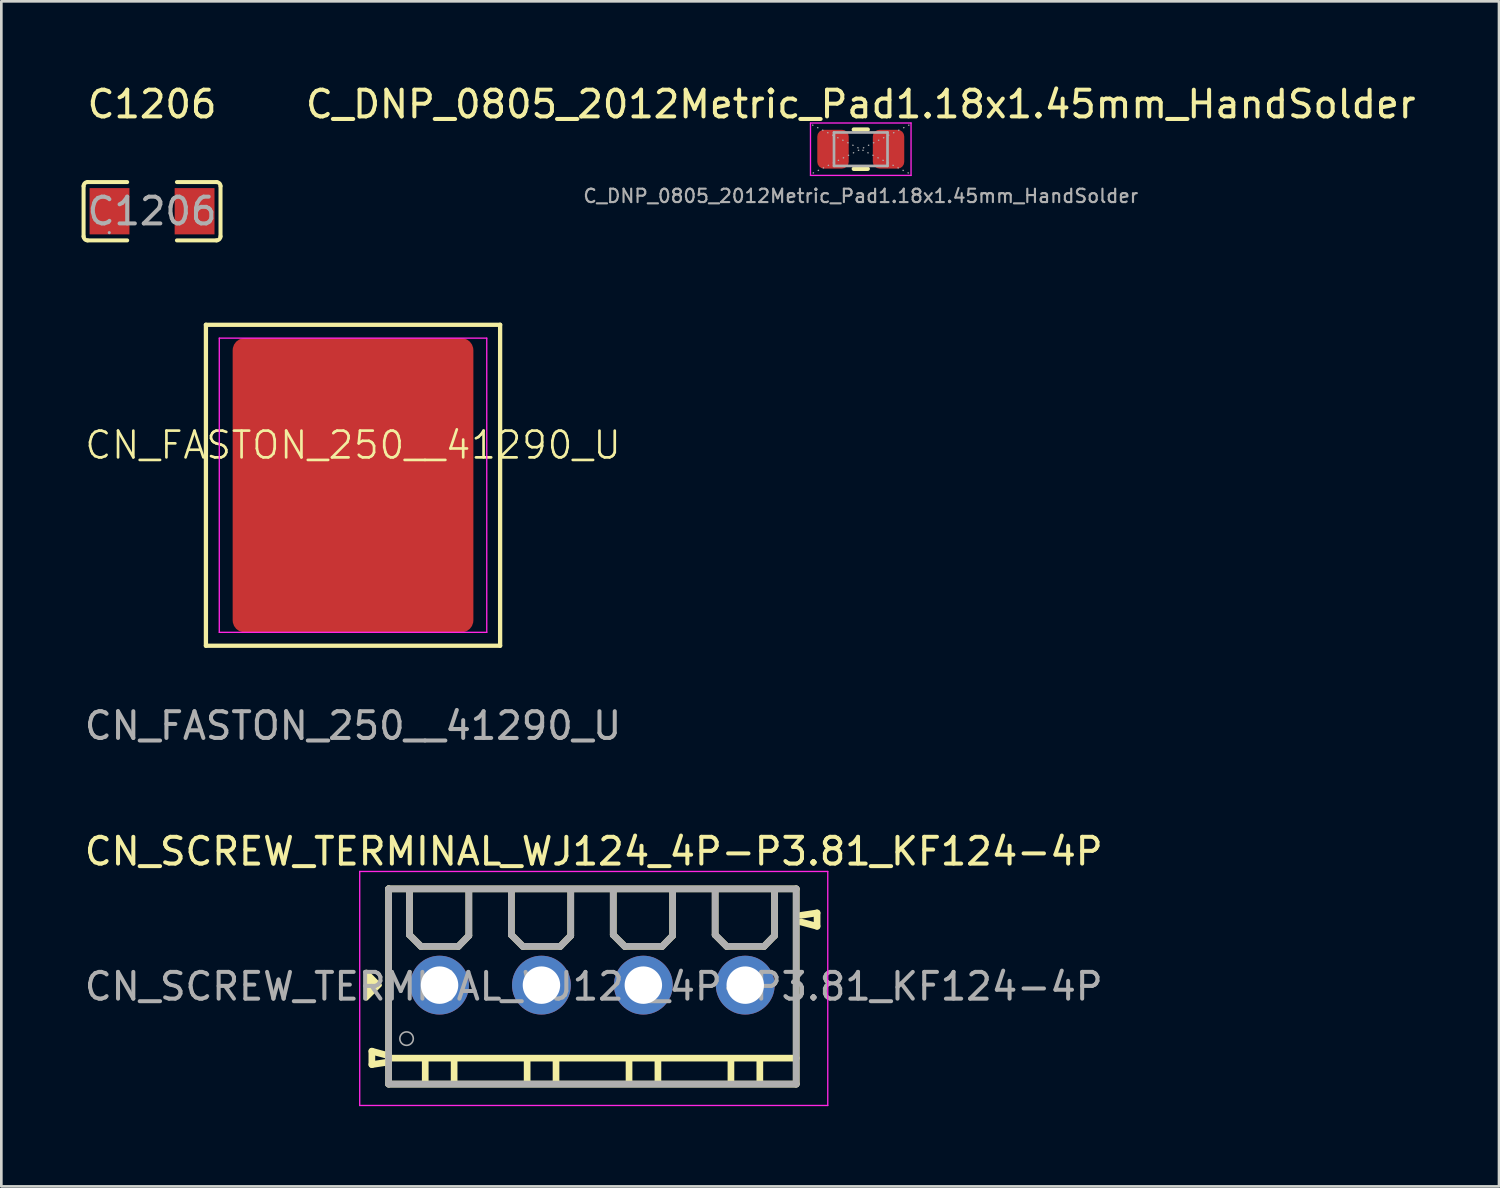
<source format=kicad_pcb>
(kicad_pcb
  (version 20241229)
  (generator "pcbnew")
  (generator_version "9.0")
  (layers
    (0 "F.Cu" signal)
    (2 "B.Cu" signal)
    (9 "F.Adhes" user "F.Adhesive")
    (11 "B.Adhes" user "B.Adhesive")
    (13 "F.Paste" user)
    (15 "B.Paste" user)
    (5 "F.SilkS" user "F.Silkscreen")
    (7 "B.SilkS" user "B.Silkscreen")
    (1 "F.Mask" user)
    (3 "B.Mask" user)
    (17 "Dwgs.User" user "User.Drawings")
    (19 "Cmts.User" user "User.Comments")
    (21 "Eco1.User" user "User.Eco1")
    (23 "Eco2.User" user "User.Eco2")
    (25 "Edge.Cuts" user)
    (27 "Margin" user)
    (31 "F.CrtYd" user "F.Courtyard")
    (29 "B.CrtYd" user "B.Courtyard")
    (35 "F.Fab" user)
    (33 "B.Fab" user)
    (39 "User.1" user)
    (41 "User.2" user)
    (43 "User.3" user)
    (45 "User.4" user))
  (footprint "C1206"
    (layer "F.Cu")
    (at 2.635 4.848)
    (property "Reference" "C1206" (at 0 -4 0) (layer "F.SilkS") (effects (font (size 1 1) (thickness 0.15))))
    (attr smd)
    (fp_line (start -2.56 0.94) (end -2.56 -0.94) (stroke (width 0.15) (type solid)) (layer "F.SilkS"))
    (fp_line (start -2.41 -1.09) (end -0.93 -1.09) (stroke (width 0.15) (type solid)) (layer "F.SilkS"))
    (fp_line (start -0.93 1.09) (end -2.41 1.09) (stroke (width 0.15) (type solid)) (layer "F.SilkS"))
    (fp_line (start 0.93 1.09) (end 2.41 1.09) (stroke (width 0.15) (type solid)) (layer "F.SilkS"))
    (fp_line (start 2.41 -1.09) (end 0.93 -1.09) (stroke (width 0.15) (type solid)) (layer "F.SilkS"))
    (fp_line (start 2.56 0.94) (end 2.56 -0.94) (stroke (width 0.15) (type solid)) (layer "F.SilkS"))
    (fp_arc (start -2.56 -0.94) (mid -2.516066 -1.046066) (end -2.41 -1.09) (stroke (width 0.15) (type solid)) (layer "F.SilkS"))
    (fp_arc (start -2.41 1.09) (mid -2.516066 1.046066) (end -2.56 0.94) (stroke (width 0.15) (type solid)) (layer "F.SilkS"))
    (fp_arc (start 2.41 -1.09) (mid 2.516066 -1.046066) (end 2.56 -0.94) (stroke (width 0.15) (type solid)) (layer "F.SilkS"))
    (fp_arc (start 2.56 0.94) (mid 2.516066 1.046066) (end 2.41 1.09) (stroke (width 0.15) (type solid)) (layer "F.SilkS"))
    (fp_circle (center -1.6 0.8) (end -1.57 0.8) (stroke (width 0.06) (type solid)) (fill no) (layer "F.Fab"))
    (fp_text user "${REFERENCE}" (at 0 0 0) (layer "F.Fab") (effects (font (size 1 1) (thickness 0.15))))
    (pad "1" smd rect (at -1.59 0) (size 1.49 1.73) (layers "F.Cu" "F.Mask" "F.Paste"))
    (pad "2" smd rect (at 1.59 0) (size 1.49 1.73) (layers "F.Cu" "F.Mask" "F.Paste")))
  (footprint "C_DNP_0805_2012Metric_Pad1.18x1.45mm_HandSolder"
    (layer "F.Cu")
    (at 29.133 2.528)
    (property "Reference" "C_DNP_0805_2012Metric_Pad1.18x1.45mm_HandSolder" (at 0 -1.68 0) (layer "F.SilkS") (effects (font (size 1 1) (thickness 0.15))))
    (attr smd)
    (fp_line (start -0.261 -0.735) (end 0.261 -0.735) (stroke (width 0.16) (type solid)) (layer "F.SilkS"))
    (fp_line (start -0.261 0.735) (end 0.261 0.735) (stroke (width 0.16) (type solid)) (layer "F.SilkS"))
    (fp_line (start -1.88 -0.98) (end 1.88 -0.98) (stroke (width 0.05) (type solid)) (layer "F.CrtYd"))
    (fp_line (start -1.88 0.98) (end -1.88 -0.98) (stroke (width 0.05) (type solid)) (layer "F.CrtYd"))
    (fp_line (start 1.88 -0.98) (end 1.88 0.98) (stroke (width 0.05) (type solid)) (layer "F.CrtYd"))
    (fp_line (start 1.88 0.98) (end -1.88 0.98) (stroke (width 0.05) (type solid)) (layer "F.CrtYd"))
    (fp_line (start -1.8 -0.9) (end 1.8 0.9) (stroke (width 0.05) (type dot)) (layer "F.Fab"))
    (fp_line (start -1 -0.625) (end 1 -0.625) (stroke (width 0.1) (type solid)) (layer "F.Fab"))
    (fp_line (start -1 0.625) (end -1 -0.625) (stroke (width 0.1) (type solid)) (layer "F.Fab"))
    (fp_line (start 1 -0.625) (end 1 0.625) (stroke (width 0.1) (type solid)) (layer "F.Fab"))
    (fp_line (start 1 0.625) (end -1 0.625) (stroke (width 0.1) (type solid)) (layer "F.Fab"))
    (fp_line (start 1.8 -0.9) (end -1.8 0.9) (stroke (width 0.05) (type dot)) (layer "F.Fab"))
    (fp_text user "${REFERENCE}" (at 0 1.75 0) (layer "F.Fab") (effects (font (size 0.5 0.5) (thickness 0.08))))
    (pad "1" smd roundrect (at -1.038 0) (size 1.175 1.45) (layers "F.Cu" "F.Mask" "F.Paste") (roundrect_rratio 0.213))
    (pad "2" smd roundrect (at 1.038 0) (size 1.175 1.45) (layers "F.Cu" "F.Mask" "F.Paste") (roundrect_rratio 0.213)))
  (footprint "CN_SCREW_TERMINAL_WJ124_4P-P3.81_KF124-4P"
    (layer "F.Cu")
    (at 19.099 33.783)
    (property "Reference" "CN_SCREW_TERMINAL_WJ124_4P-P3.81_KF124-4P" (at 0.05 -5 0) (layer "F.SilkS") (effects (font (size 1 1) (thickness 0.15))))
    (attr through_hole)
    (fp_line (start -8.245 2.47) (end -8.245 2.97) (stroke (width 0.25) (type solid)) (layer "F.SilkS"))
    (fp_line (start -8.245 2.97) (end -7.655 2.88) (stroke (width 0.25) (type solid)) (layer "F.SilkS"))
    (fp_line (start -7.655 2.63) (end -8.245 2.47) (stroke (width 0.25) (type solid)) (layer "F.SilkS"))
    (fp_line (start -7.62 -3.6) (end -7.62 -3.59) (stroke (width 0.25) (type solid)) (layer "F.SilkS"))
    (fp_line (start -7.62 -3.6) (end -7.62 3.7) (stroke (width 0.25) (type solid)) (layer "F.SilkS"))
    (fp_line (start -7.62 2.73) (end 7.62 2.73) (stroke (width 0.25) (type solid)) (layer "F.SilkS"))
    (fp_line (start -7.62 3.7) (end 7.62 3.7) (stroke (width 0.25) (type solid)) (layer "F.SilkS"))
    (fp_line (start -6.84 -3.51) (end -6.84 -1.88) (stroke (width 0.25) (type solid)) (layer "F.SilkS"))
    (fp_line (start -6.84 -1.88) (end -6.41 -1.45) (stroke (width 0.25) (type solid)) (layer "F.SilkS"))
    (fp_line (start -6.41 -1.45) (end -5.01 -1.45) (stroke (width 0.25) (type solid)) (layer "F.SilkS"))
    (fp_line (start -6.25 2.8) (end -6.25 3.66) (stroke (width 0.25) (type solid)) (layer "F.SilkS"))
    (fp_line (start -5.17 2.8) (end -5.17 3.65) (stroke (width 0.25) (type solid)) (layer "F.SilkS"))
    (fp_line (start -5.01 -1.45) (end -4.62 -1.85) (stroke (width 0.25) (type solid)) (layer "F.SilkS"))
    (fp_line (start -4.62 -1.85) (end -4.62 -3.51) (stroke (width 0.25) (type solid)) (layer "F.SilkS"))
    (fp_line (start -3.03 -3.51) (end -3.03 -1.88) (stroke (width 0.25) (type solid)) (layer "F.SilkS"))
    (fp_line (start -3.03 -1.88) (end -2.6 -1.45) (stroke (width 0.25) (type solid)) (layer "F.SilkS"))
    (fp_line (start -2.6 -1.45) (end -1.2 -1.45) (stroke (width 0.25) (type solid)) (layer "F.SilkS"))
    (fp_line (start -2.44 2.8) (end -2.44 3.66) (stroke (width 0.25) (type solid)) (layer "F.SilkS"))
    (fp_line (start -1.36 2.8) (end -1.36 3.65) (stroke (width 0.25) (type solid)) (layer "F.SilkS"))
    (fp_line (start -1.2 -1.45) (end -0.81 -1.85) (stroke (width 0.25) (type solid)) (layer "F.SilkS"))
    (fp_line (start -0.81 -1.85) (end -0.81 -3.51) (stroke (width 0.25) (type solid)) (layer "F.SilkS"))
    (fp_line (start 0.78 -3.51) (end 0.78 -1.88) (stroke (width 0.25) (type solid)) (layer "F.SilkS"))
    (fp_line (start 0.78 -1.88) (end 1.21 -1.45) (stroke (width 0.25) (type solid)) (layer "F.SilkS"))
    (fp_line (start 1.21 -1.45) (end 2.61 -1.45) (stroke (width 0.25) (type solid)) (layer "F.SilkS"))
    (fp_line (start 1.37 2.8) (end 1.37 3.66) (stroke (width 0.25) (type solid)) (layer "F.SilkS"))
    (fp_line (start 2.45 2.8) (end 2.45 3.65) (stroke (width 0.25) (type solid)) (layer "F.SilkS"))
    (fp_line (start 2.61 -1.45) (end 3 -1.85) (stroke (width 0.25) (type solid)) (layer "F.SilkS"))
    (fp_line (start 3 -1.85) (end 3 -3.51) (stroke (width 0.25) (type solid)) (layer "F.SilkS"))
    (fp_line (start 4.59 -3.51) (end 4.59 -1.88) (stroke (width 0.25) (type solid)) (layer "F.SilkS"))
    (fp_line (start 4.59 -1.88) (end 5.02 -1.45) (stroke (width 0.25) (type solid)) (layer "F.SilkS"))
    (fp_line (start 5.02 -1.45) (end 6.42 -1.45) (stroke (width 0.25) (type solid)) (layer "F.SilkS"))
    (fp_line (start 5.18 2.8) (end 5.18 3.66) (stroke (width 0.25) (type solid)) (layer "F.SilkS"))
    (fp_line (start 6.26 2.8) (end 6.26 3.65) (stroke (width 0.25) (type solid)) (layer "F.SilkS"))
    (fp_line (start 6.42 -1.45) (end 6.81 -1.85) (stroke (width 0.25) (type solid)) (layer "F.SilkS"))
    (fp_line (start 6.81 -1.85) (end 6.81 -3.51) (stroke (width 0.25) (type solid)) (layer "F.SilkS"))
    (fp_line (start 7.62 -3.6) (end -7.62 -3.6) (stroke (width 0.25) (type solid)) (layer "F.SilkS"))
    (fp_line (start 7.62 3.7) (end 7.62 -3.6) (stroke (width 0.25) (type solid)) (layer "F.SilkS"))
    (fp_line (start 7.8 -2.36) (end 8.4 -2.2) (stroke (width 0.25) (type solid)) (layer "F.SilkS"))
    (fp_line (start 8.4 -2.7) (end 7.8 -2.61) (stroke (width 0.25) (type solid)) (layer "F.SilkS"))
    (fp_line (start 8.4 -2.2) (end 8.4 -2.7) (stroke (width 0.25) (type solid)) (layer "F.SilkS"))
    (fp_poly (pts (xy -8.45 -0.5) (xy -7.95 0) (xy -8.45 0.5)) (stroke (width 0.16) (type solid)) (fill yes) (layer "F.SilkS"))
    (fp_line (start -8.7 -4.25) (end 8.8 -4.25) (stroke (width 0.05) (type default)) (layer "F.CrtYd"))
    (fp_line (start -8.7 4.5) (end -8.7 -4.25) (stroke (width 0.05) (type default)) (layer "F.CrtYd"))
    (fp_line (start 8.8 -4.25) (end 8.8 4.5) (stroke (width 0.05) (type default)) (layer "F.CrtYd"))
    (fp_line (start 8.8 4.5) (end -8.7 4.5) (stroke (width 0.05) (type default)) (layer "F.CrtYd"))
    (fp_line (start -7.62 -3.6) (end -7.62 3.7) (stroke (width 0.25) (type solid)) (layer "F.Fab"))
    (fp_line (start -7.62 3.7) (end 7.62 3.7) (stroke (width 0.25) (type solid)) (layer "F.Fab"))
    (fp_line (start -6.84 -3.51) (end -6.84 -1.88) (stroke (width 0.25) (type solid)) (layer "F.Fab"))
    (fp_line (start -6.84 -1.88) (end -6.41 -1.45) (stroke (width 0.25) (type solid)) (layer "F.Fab"))
    (fp_line (start -6.41 -1.45) (end -5.01 -1.45) (stroke (width 0.25) (type solid)) (layer "F.Fab"))
    (fp_line (start -5.01 -1.45) (end -4.62 -1.85) (stroke (width 0.25) (type solid)) (layer "F.Fab"))
    (fp_line (start -4.62 -1.85) (end -4.62 -3.51) (stroke (width 0.25) (type solid)) (layer "F.Fab"))
    (fp_line (start -3.03 -3.51) (end -3.03 -1.88) (stroke (width 0.25) (type solid)) (layer "F.Fab"))
    (fp_line (start -3.03 -1.88) (end -2.6 -1.45) (stroke (width 0.25) (type solid)) (layer "F.Fab"))
    (fp_line (start -2.6 -1.45) (end -1.2 -1.45) (stroke (width 0.25) (type solid)) (layer "F.Fab"))
    (fp_line (start -1.2 -1.45) (end -0.81 -1.85) (stroke (width 0.25) (type solid)) (layer "F.Fab"))
    (fp_line (start -0.81 -1.85) (end -0.81 -3.51) (stroke (width 0.25) (type solid)) (layer "F.Fab"))
    (fp_line (start 0.78 -3.51) (end 0.78 -1.88) (stroke (width 0.25) (type solid)) (layer "F.Fab"))
    (fp_line (start 0.78 -1.88) (end 1.21 -1.45) (stroke (width 0.25) (type solid)) (layer "F.Fab"))
    (fp_line (start 1.21 -1.45) (end 2.61 -1.45) (stroke (width 0.25) (type solid)) (layer "F.Fab"))
    (fp_line (start 2.61 -1.45) (end 3 -1.85) (stroke (width 0.25) (type solid)) (layer "F.Fab"))
    (fp_line (start 3 -1.85) (end 3 -3.51) (stroke (width 0.25) (type solid)) (layer "F.Fab"))
    (fp_line (start 4.59 -3.51) (end 4.59 -1.88) (stroke (width 0.25) (type solid)) (layer "F.Fab"))
    (fp_line (start 4.59 -1.88) (end 5.02 -1.45) (stroke (width 0.25) (type solid)) (layer "F.Fab"))
    (fp_line (start 5.02 -1.45) (end 6.42 -1.45) (stroke (width 0.25) (type solid)) (layer "F.Fab"))
    (fp_line (start 6.42 -1.45) (end 6.81 -1.85) (stroke (width 0.25) (type solid)) (layer "F.Fab"))
    (fp_line (start 6.81 -1.85) (end 6.81 -3.51) (stroke (width 0.25) (type solid)) (layer "F.Fab"))
    (fp_line (start 7.62 -3.6) (end -7.62 -3.6) (stroke (width 0.25) (type solid)) (layer "F.Fab"))
    (fp_line (start 7.62 3.7) (end 7.62 -3.6) (stroke (width 0.25) (type solid)) (layer "F.Fab"))
    (fp_circle (center -7.62 3.7) (end -7.62 3.67) (stroke (width 0.06) (type solid)) (fill no) (layer "F.Fab"))
    (fp_circle (center -6.948 2) (end -6.918 2.25) (stroke (width 0.06) (type solid)) (fill no) (layer "F.Fab"))
    (fp_text user "${REFERENCE}" (at 0.05 0.05 0) (layer "F.Fab") (effects (font (size 1 1) (thickness 0.15))))
    (dimension (type aligned) (layer "User.1") (pts (xy 13.384 33.783) (xy 24.814 33.783)) (height -1.25) (format (prefix "") (suffix "") (units 3) (units_format 1) (precision 3) (suppress_zeroes yes)) (style (thickness 0.01) (arrow_length 0.01) (text_position_mode 2) (arrow_direction outward) (extension_height 0) (extension_offset 0) (keep_text_aligned yes)) (gr_text "11.43 mm" (at 19.099 32.533 0) (layer "User.1") (effects (font (size 0.1 0.1) (thickness 0.15)))))
    (dimension (type aligned) (layer "User.1") (pts (xy 13.289 34.033) (xy 17.099 34.033)) (height -1.25) (format (prefix "") (suffix "") (units 3) (units_format 1) (precision 3) (suppress_zeroes yes)) (style (thickness 0.01) (arrow_length 0.01) (text_position_mode 2) (arrow_direction outward) (extension_height 0) (extension_offset 0) (keep_text_aligned yes)) (gr_text "3.81 mm" (at 15.254 32.783 0) (layer "User.1") (effects (font (size 0.1 0.1) (thickness 0.15)))))
    (dimension (type aligned) (layer "User.1") (pts (xy 14.079 33.783) (xy 12.679 33.783)) (height -1.25) (format (prefix "") (suffix "") (units 3) (units_format 1) (precision 3) (suppress_zeroes yes)) (style (thickness 0.01) (arrow_length 0.01) (text_position_mode 2) (arrow_direction outward) (extension_height 0) (extension_offset 0) (keep_text_aligned yes)) (gr_text "1.4 mm" (at 13.349 35.033 0) (layer "User.1") (effects (font (size 0.1 0.1) (thickness 0.15)))))
    (pad "1" thru_hole circle (at -5.715 0) (size 2.2 2.2) (drill 1.4) (layers "*.Cu" "*.Mask"))
    (pad "2" thru_hole circle (at -1.905 0) (size 2.2 2.2) (drill 1.4) (layers "*.Cu" "*.Mask"))
    (pad "3" thru_hole circle (at 1.905 0) (size 2.2 2.2) (drill 1.4) (layers "*.Cu" "*.Mask"))
    (pad "4" thru_hole circle (at 5.715 0) (size 2.2 2.2) (drill 1.4) (layers "*.Cu" "*.Mask")))
  (footprint "CN_FASTON_250__41290_U"
    (layer "F.Cu")
    (at 10.149 15.093)
    (property "Reference" "CN_FASTON_250__41290_U" (at 0 -1.5 0) (unlocked yes) (layer "F.SilkS") (effects (font (size 1 1) (thickness 0.1))))
    (attr smd)
    (fp_line (start -5.5 -6) (end 5.5 -6) (stroke (width 0.16) (type default)) (layer "F.SilkS"))
    (fp_line (start -5.5 6) (end -5.5 -6) (stroke (width 0.16) (type default)) (layer "F.SilkS"))
    (fp_line (start 5.5 -6) (end 5.5 6) (stroke (width 0.16) (type default)) (layer "F.SilkS"))
    (fp_line (start 5.5 6) (end -5.5 6) (stroke (width 0.16) (type default)) (layer "F.SilkS"))
    (fp_line (start -5 -5.5) (end 5 -5.5) (stroke (width 0.05) (type default)) (layer "F.CrtYd"))
    (fp_line (start -5 5.5) (end -5 -5.5) (stroke (width 0.05) (type default)) (layer "F.CrtYd"))
    (fp_line (start 5 -5.5) (end 5 5.5) (stroke (width 0.05) (type default)) (layer "F.CrtYd"))
    (fp_line (start 5 5.5) (end -5 5.5) (stroke (width 0.05) (type default)) (layer "F.CrtYd"))
    (fp_text user "${REFERENCE}" (at 0 8.993 0) (unlocked yes) (layer "F.Fab") (effects (font (size 1 1) (thickness 0.15))))
    (pad "1" smd roundrect (at 0 0) (size 6.3 9.3) (layers "F.Cu" "F.Paste") (roundrect_rratio 0.25))
    (pad "1" smd roundrect (at 0 0) (size 9 11) (layers "F.Cu" "F.Mask") (roundrect_rratio 0.05)))
  (gr_rect
    (start -3 -3)
    (end 52.996 41.308)
    (stroke (width 0.1) (type default))
    (fill no)
    (layer "Edge.Cuts")))
</source>
